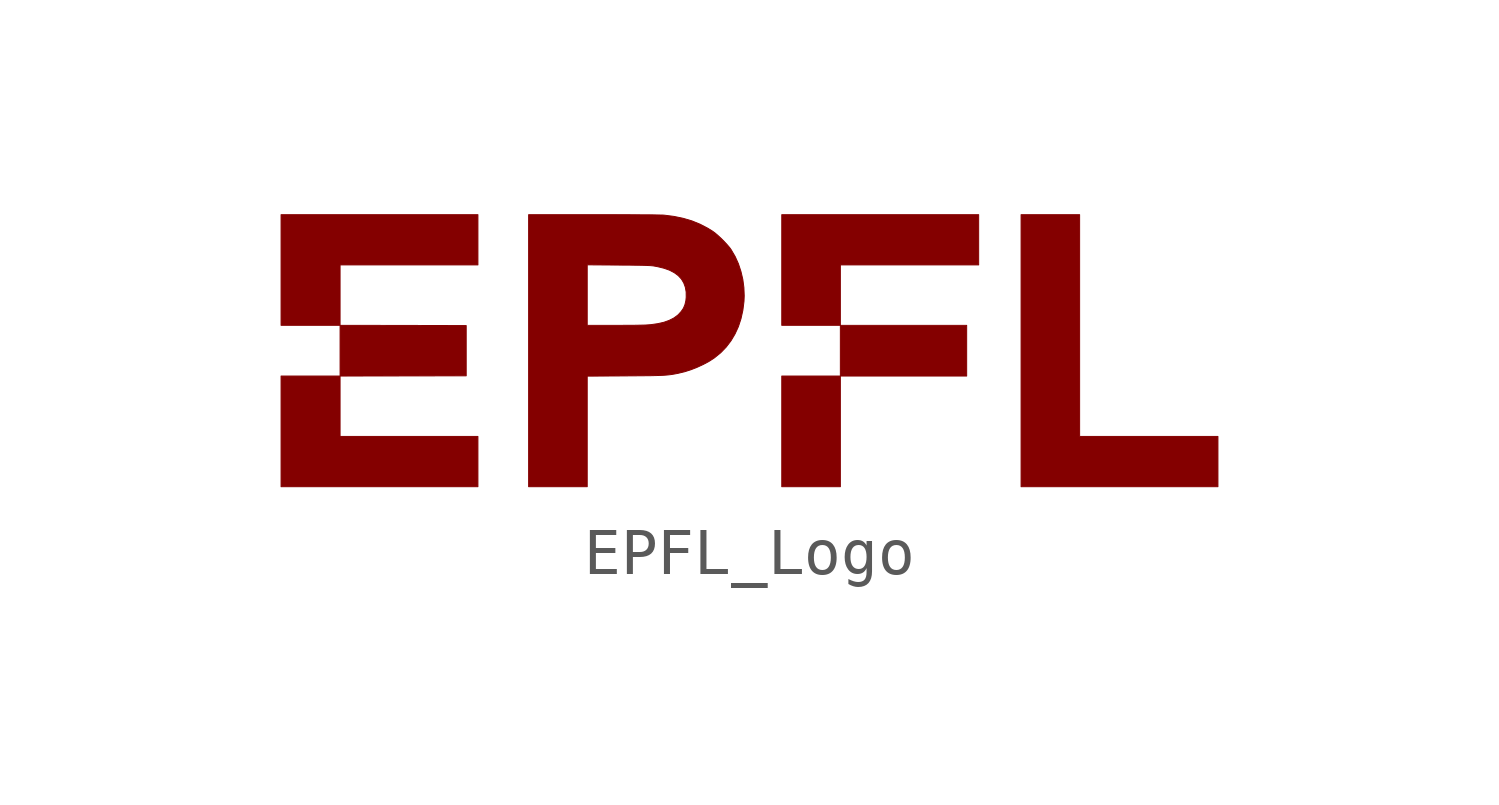
<source format=kicad_sym>
(kicad_symbol_lib
  (version 20211014)
  (generator kicad_symbol_editor)
  (symbol "EPFL_Logo"
    (pin_numbers hide)
    (pin_names
      (offset 0) hide)
    (property "Reference" "G"
      (at 0 -3.175 0)
      (effects (font (size 1.27 1.27)) hide))
    (symbol "EPFL_Logo_0_0"
      (polyline (pts (xy 1.784 2.074) (xy 0.534 2.074) (xy 0.534 -0.287) (xy 1.784 -0.287) (xy 1.784 2.074)) (stroke (width 0.01) (type default) (color 0 0 0 0)) (fill (type outline)))
      (polyline (pts (xy 4.479 3.156) (xy 1.784 3.156) (xy 1.784 2.074) (xy 4.479 2.074) (xy 4.479 3.156)) (stroke (width 0.01) (type default) (color 0 0 0 0)) (fill (type outline)))
      (polyline (pts (xy -8.89 4.445) (xy -5.949 4.445) (xy -5.949 5.517) (xy -10.149 5.517) (xy -10.149 3.156) (xy -8.89 3.156) (xy -8.89 4.445)) (stroke (width 0.01) (type default) (color 0 0 0 0)) (fill (type outline)))
      (polyline (pts (xy 1.784 4.445) (xy 4.735 4.445) (xy 4.735 5.517) (xy 0.534 5.517) (xy 0.534 3.156) (xy 1.784 3.156) (xy 1.784 4.445)) (stroke (width 0.01) (type default) (color 0 0 0 0)) (fill (type outline)))
      (polyline (pts (xy 9.84 0.785) (xy 6.889 0.785) (xy 6.889 5.517) (xy 5.64 5.517) (xy 5.64 -0.287) (xy 9.84 -0.287) (xy 9.84 0.785)) (stroke (width 0.01) (type default) (color 0 0 0 0)) (fill (type outline)))
      (polyline (pts (xy -5.949 0.785) (xy -8.89 0.785) (xy -8.89 2.074) (xy -6.199 2.079) (xy -6.199 3.151) (xy -7.545 3.154) (xy -8.89 3.156) (xy -8.89 2.074) (xy -10.149 2.074) (xy -10.149 -0.287) (xy -5.949 -0.287) (xy -5.949 0.785)) (stroke (width 0.01) (type default) (color 0 0 0 0)) (fill (type outline)))
      (polyline (pts (xy -3.617 2.072) (xy -2.818 2.077) (xy -2.725 2.078) (xy -2.582 2.079) (xy -2.457 2.08) (xy -2.346 2.081) (xy -2.251 2.082) (xy -2.167 2.084) (xy -2.094 2.086) (xy -2.031 2.088) (xy -1.975 2.091) (xy -1.926 2.095) (xy -1.881 2.099) (xy -1.839 2.104) (xy -1.798 2.11) (xy -1.758 2.117) (xy -1.715 2.125) (xy -1.669 2.134) (xy -1.667 2.135) (xy -1.538 2.166) (xy -1.403 2.209) (xy -1.269 2.262) (xy -1.139 2.322) (xy -1.018 2.387) (xy -0.913 2.455) (xy -0.901 2.464) (xy -0.768 2.572) (xy -0.651 2.693) (xy -0.549 2.827) (xy -0.463 2.972) (xy -0.391 3.129) (xy -0.336 3.297) (xy -0.296 3.477) (xy -0.272 3.667) (xy -0.267 3.786) (xy -0.274 3.962) (xy -0.297 4.136) (xy -0.337 4.306) (xy -0.391 4.47) (xy -0.461 4.625) (xy -0.545 4.768) (xy -0.577 4.813) (xy -0.628 4.873) (xy -0.688 4.938) (xy -0.752 5.003) (xy -0.818 5.064) (xy -0.88 5.118) (xy -0.936 5.16) (xy -1.043 5.227) (xy -1.208 5.313) (xy -1.382 5.384) (xy -1.568 5.439) (xy -1.765 5.48) (xy -1.974 5.507) (xy -1.976 5.507) (xy -2.006 5.509) (xy -2.055 5.51) (xy -2.122 5.511) (xy -2.208 5.513) (xy -2.311 5.514) (xy -2.43 5.514) (xy -2.567 5.515) (xy -2.719 5.516) (xy -2.887 5.516) (xy -3.069 5.517) (xy -3.266 5.517) (xy -3.477 5.517) (xy -4.867 5.517) (xy -4.867 4.447) (xy -3.617 4.447) (xy -2.961 4.442) (xy -2.854 4.441) (xy -2.73 4.441) (xy -2.623 4.439) (xy -2.532 4.438) (xy -2.455 4.437) (xy -2.39 4.435) (xy -2.336 4.433) (xy -2.292 4.431) (xy -2.256 4.429) (xy -2.225 4.426) (xy -2.2 4.423) (xy -2.113 4.407) (xy -1.978 4.374) (xy -1.86 4.332) (xy -1.759 4.279) (xy -1.675 4.217) (xy -1.608 4.145) (xy -1.558 4.062) (xy -1.524 3.97) (xy -1.506 3.868) (xy -1.505 3.755) (xy -1.512 3.684) (xy -1.532 3.598) (xy -1.564 3.521) (xy -1.612 3.451) (xy -1.675 3.383) (xy -1.692 3.368) (xy -1.774 3.309) (xy -1.87 3.261) (xy -1.982 3.221) (xy -2.11 3.192) (xy -2.255 3.171) (xy -2.28 3.169) (xy -2.32 3.166) (xy -2.366 3.163) (xy -2.42 3.161) (xy -2.484 3.16) (xy -2.559 3.158) (xy -2.647 3.157) (xy -2.75 3.157) (xy -2.87 3.156) (xy -3.007 3.156) (xy -3.617 3.156) (xy -3.617 4.447) (xy -4.867 4.447) (xy -4.867 -0.287) (xy -3.617 -0.287) (xy -3.617 2.072)) (stroke (width 0.01) (type default) (color 0 0 0 0)) (fill (type outline))))))
</source>
